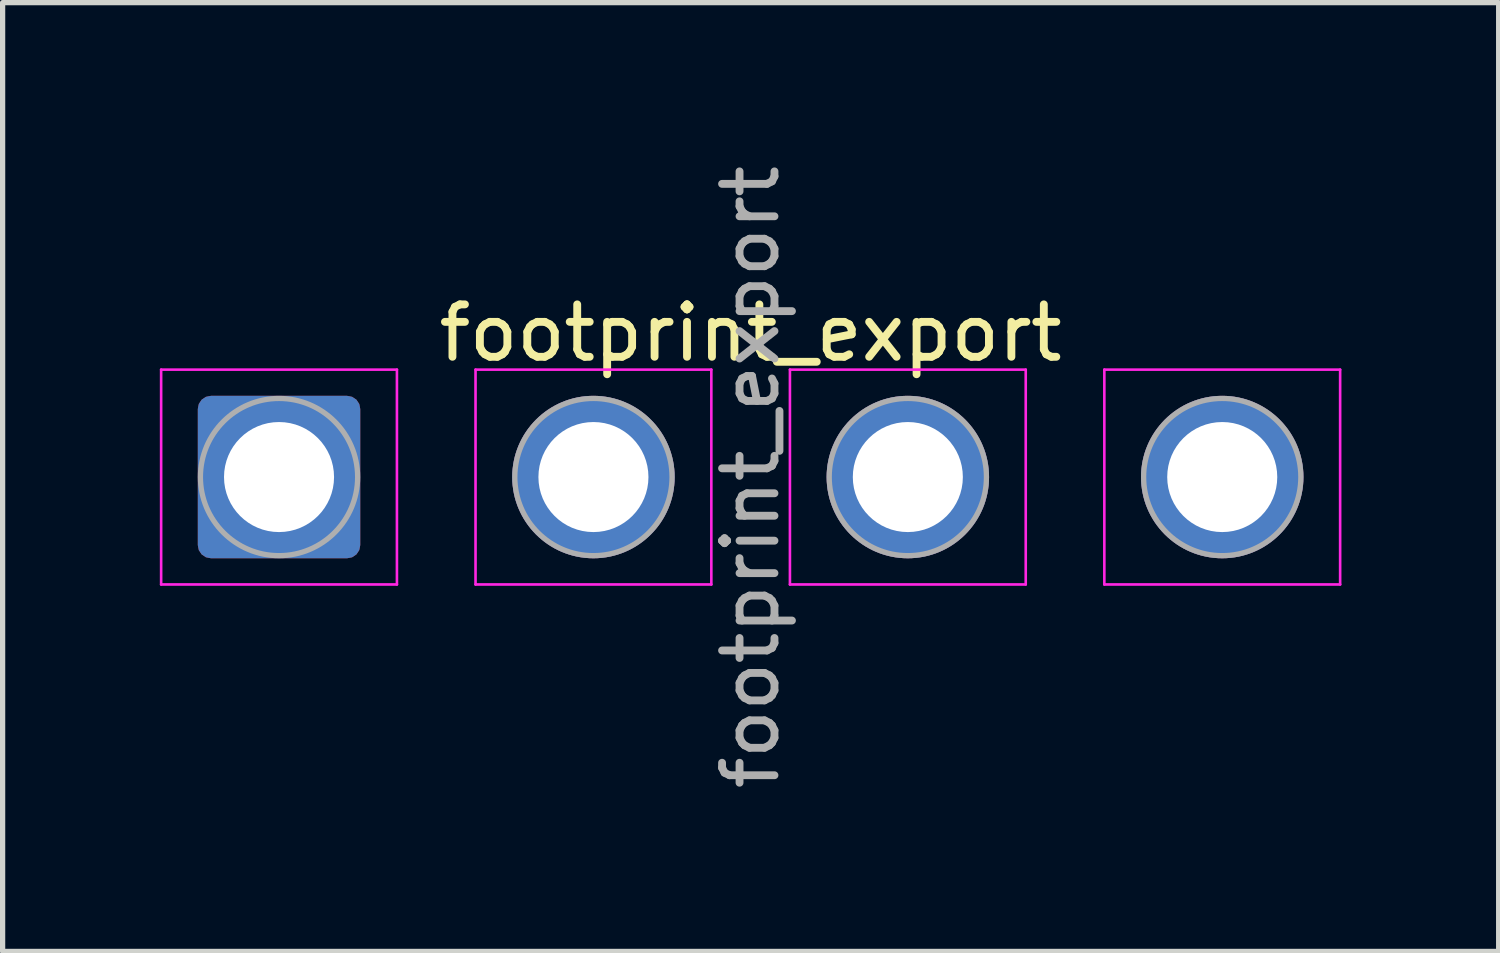
<source format=kicad_pcb>
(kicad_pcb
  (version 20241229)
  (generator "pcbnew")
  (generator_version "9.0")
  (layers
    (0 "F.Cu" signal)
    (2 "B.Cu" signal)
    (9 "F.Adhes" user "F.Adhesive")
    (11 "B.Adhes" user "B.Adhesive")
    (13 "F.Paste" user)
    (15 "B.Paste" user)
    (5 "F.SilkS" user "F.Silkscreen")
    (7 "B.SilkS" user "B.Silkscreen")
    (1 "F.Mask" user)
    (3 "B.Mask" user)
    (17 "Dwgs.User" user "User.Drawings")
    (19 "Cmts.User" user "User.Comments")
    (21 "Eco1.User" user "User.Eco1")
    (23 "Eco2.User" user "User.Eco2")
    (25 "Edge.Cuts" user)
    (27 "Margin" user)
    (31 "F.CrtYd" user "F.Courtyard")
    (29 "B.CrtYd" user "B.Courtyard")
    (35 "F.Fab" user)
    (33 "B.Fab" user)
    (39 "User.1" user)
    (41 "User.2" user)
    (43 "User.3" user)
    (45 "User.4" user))
  (footprint "footprint_export"
    (layer "F.Cu")
    (at 2.275 6.054)
    (property "Reference" "footprint_export" (at 9 -2.75 0) (layer "F.SilkS") (effects (font (size 1 1) (thickness 0.15))))
    (attr exclude_from_pos_files exclude_from_bom)
    (fp_line (start -2.25 -2.05) (end -2.25 2.05) (stroke (width 0.05) (type solid)) (layer "F.CrtYd"))
    (fp_line (start -2.25 2.05) (end 2.25 2.05) (stroke (width 0.05) (type solid)) (layer "F.CrtYd"))
    (fp_line (start 2.25 -2.05) (end -2.25 -2.05) (stroke (width 0.05) (type solid)) (layer "F.CrtYd"))
    (fp_line (start 2.25 2.05) (end 2.25 -2.05) (stroke (width 0.05) (type solid)) (layer "F.CrtYd"))
    (fp_line (start 3.75 -2.05) (end 3.75 2.05) (stroke (width 0.05) (type solid)) (layer "F.CrtYd"))
    (fp_line (start 3.75 2.05) (end 8.25 2.05) (stroke (width 0.05) (type solid)) (layer "F.CrtYd"))
    (fp_line (start 8.25 -2.05) (end 3.75 -2.05) (stroke (width 0.05) (type solid)) (layer "F.CrtYd"))
    (fp_line (start 8.25 2.05) (end 8.25 -2.05) (stroke (width 0.05) (type solid)) (layer "F.CrtYd"))
    (fp_line (start 9.75 -2.05) (end 9.75 2.05) (stroke (width 0.05) (type solid)) (layer "F.CrtYd"))
    (fp_line (start 9.75 2.05) (end 14.25 2.05) (stroke (width 0.05) (type solid)) (layer "F.CrtYd"))
    (fp_line (start 14.25 -2.05) (end 9.75 -2.05) (stroke (width 0.05) (type solid)) (layer "F.CrtYd"))
    (fp_line (start 14.25 2.05) (end 14.25 -2.05) (stroke (width 0.05) (type solid)) (layer "F.CrtYd"))
    (fp_line (start 15.75 -2.05) (end 15.75 2.05) (stroke (width 0.05) (type solid)) (layer "F.CrtYd"))
    (fp_line (start 15.75 2.05) (end 20.25 2.05) (stroke (width 0.05) (type solid)) (layer "F.CrtYd"))
    (fp_line (start 20.25 -2.05) (end 15.75 -2.05) (stroke (width 0.05) (type solid)) (layer "F.CrtYd"))
    (fp_line (start 20.25 2.05) (end 20.25 -2.05) (stroke (width 0.05) (type solid)) (layer "F.CrtYd"))
    (fp_circle (center 0 0) (end 1.5 0) (stroke (width 0.1) (type solid)) (fill no) (layer "F.Fab"))
    (fp_circle (center 6 0) (end 7.5 0) (stroke (width 0.1) (type solid)) (fill no) (layer "F.Fab"))
    (fp_circle (center 12 0) (end 13.5 0) (stroke (width 0.1) (type solid)) (fill no) (layer "F.Fab"))
    (fp_circle (center 18 0) (end 19.5 0) (stroke (width 0.1) (type solid)) (fill no) (layer "F.Fab"))
    (fp_text user "${REFERENCE}" (at 9 0 90) (layer "F.Fab") (effects (font (size 1 1) (thickness 0.15))))
    (pad "1" thru_hole roundrect (at 0 0) (size 3.1 3.1) (drill 2.1) (layers "*.Cu" "*.Mask") (roundrect_rratio 0.081))
    (pad "2" thru_hole circle (at 6 0) (size 3.1 3.1) (drill 2.1) (layers "*.Cu" "*.Mask"))
    (pad "3" thru_hole circle (at 12 0) (size 3.1 3.1) (drill 2.1) (layers "*.Cu" "*.Mask"))
    (pad "4" thru_hole circle (at 18 0) (size 3.1 3.1) (drill 2.1) (layers "*.Cu" "*.Mask")))
  (gr_rect
    (start -3 -3)
    (end 25.55 15.107)
    (stroke (width 0.1) (type default))
    (fill no)
    (layer "Edge.Cuts")))
</source>
